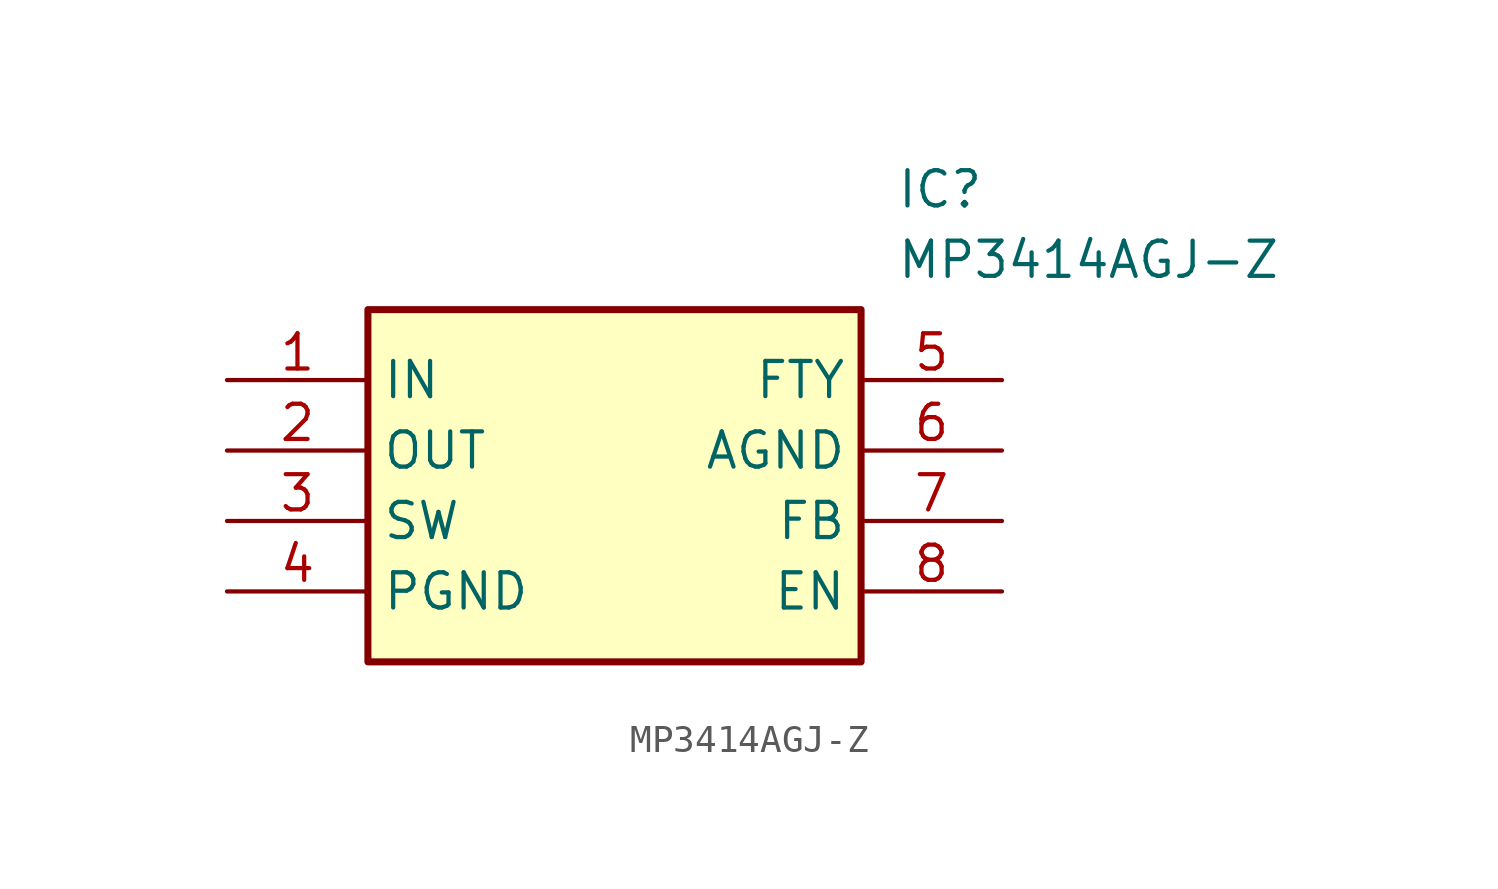
<source format=kicad_sym>
(kicad_symbol_lib
  (version 20211014)
  (generator SamacSys_ECAD_Model)
  (symbol "MP3414AGJ-Z"
    (property "Reference" "IC"
      (at 24.13 7.62 0)
      (effects (font (size 1.27 1.27)) (justify left top)))
    (property "Value" "MP3414AGJ-Z"
      (at 24.13 5.08 0)
      (effects (font (size 1.27 1.27)) (justify left top)))
    (rectangle
      (start 5.08 2.54)
      (end 22.86 -10.16)
      (stroke (width 0.254) (type default))
      (fill (type background)))
    (pin passive line
      (at 0 0 0)
      (length 5.08)
      (name "IN" (effects (font (size 1.27 1.27))))
      (number "1" (effects (font (size 1.27 1.27)))))
    (pin passive line
      (at 0 -2.54 0)
      (length 5.08)
      (name "OUT" (effects (font (size 1.27 1.27))))
      (number "2" (effects (font (size 1.27 1.27)))))
    (pin passive line
      (at 0 -5.08 0)
      (length 5.08)
      (name "SW" (effects (font (size 1.27 1.27))))
      (number "3" (effects (font (size 1.27 1.27)))))
    (pin passive line
      (at 0 -7.62 0)
      (length 5.08)
      (name "PGND" (effects (font (size 1.27 1.27))))
      (number "4" (effects (font (size 1.27 1.27)))))
    (pin passive line
      (at 27.94 0 180)
      (length 5.08)
      (name "FTY" (effects (font (size 1.27 1.27))))
      (number "5" (effects (font (size 1.27 1.27)))))
    (pin passive line
      (at 27.94 -2.54 180)
      (length 5.08)
      (name "AGND" (effects (font (size 1.27 1.27))))
      (number "6" (effects (font (size 1.27 1.27)))))
    (pin passive line
      (at 27.94 -5.08 180)
      (length 5.08)
      (name "FB" (effects (font (size 1.27 1.27))))
      (number "7" (effects (font (size 1.27 1.27)))))
    (pin passive line
      (at 27.94 -7.62 180)
      (length 5.08)
      (name "EN" (effects (font (size 1.27 1.27))))
      (number "8" (effects (font (size 1.27 1.27)))))))
</source>
